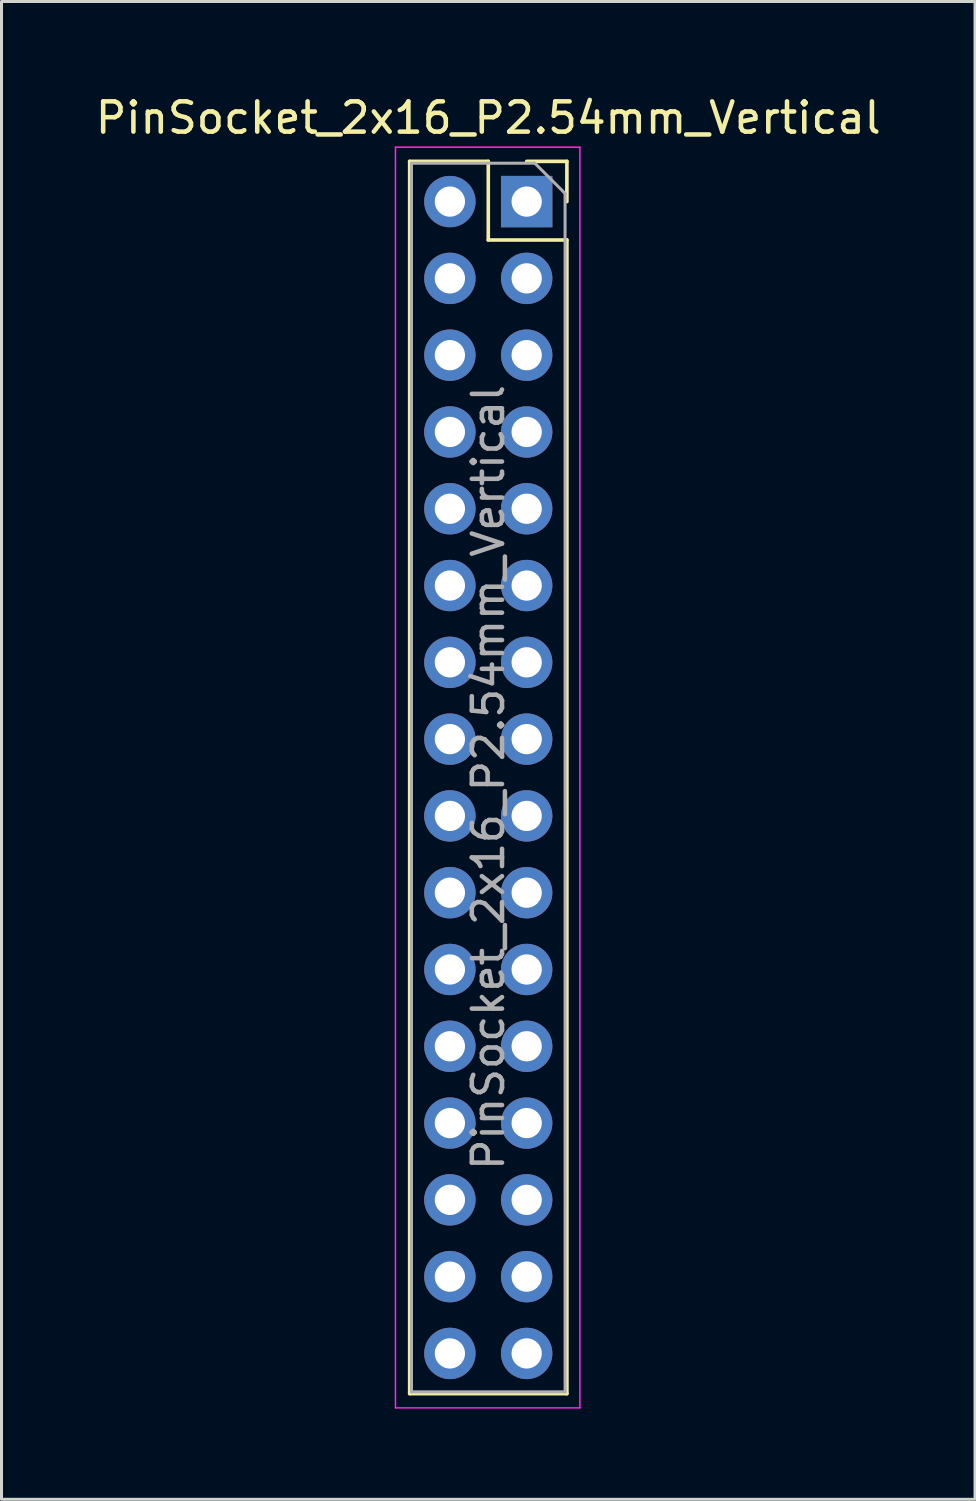
<source format=kicad_pcb>
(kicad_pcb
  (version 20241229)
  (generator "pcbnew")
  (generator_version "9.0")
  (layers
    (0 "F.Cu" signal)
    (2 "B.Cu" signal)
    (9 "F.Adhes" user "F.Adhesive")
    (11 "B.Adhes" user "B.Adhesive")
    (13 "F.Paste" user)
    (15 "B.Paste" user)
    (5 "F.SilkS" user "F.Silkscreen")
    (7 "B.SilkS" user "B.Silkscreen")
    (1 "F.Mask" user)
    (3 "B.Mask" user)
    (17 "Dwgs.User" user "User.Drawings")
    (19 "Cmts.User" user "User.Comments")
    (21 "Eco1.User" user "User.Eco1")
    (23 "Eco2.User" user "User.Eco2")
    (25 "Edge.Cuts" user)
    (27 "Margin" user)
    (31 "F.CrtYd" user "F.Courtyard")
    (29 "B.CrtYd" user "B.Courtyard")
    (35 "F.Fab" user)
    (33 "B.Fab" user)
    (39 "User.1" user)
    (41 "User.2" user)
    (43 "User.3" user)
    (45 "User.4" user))
  (footprint "PinSocket_2x16_P2.54mm_Vertical"
    (layer "F.Cu")
    (at 14.371 3.618)
    (property "Reference" "PinSocket_2x16_P2.54mm_Vertical" (at -1.27 -2.77 0) (layer "F.SilkS") (effects (font (size 1 1) (thickness 0.15))))
    (attr through_hole)
    (fp_line (start -3.87 -1.33) (end -3.87 39.43) (stroke (width 0.12) (type solid)) (layer "F.SilkS"))
    (fp_line (start -3.87 -1.33) (end -1.27 -1.33) (stroke (width 0.12) (type solid)) (layer "F.SilkS"))
    (fp_line (start -3.87 39.43) (end 1.33 39.43) (stroke (width 0.12) (type solid)) (layer "F.SilkS"))
    (fp_line (start -1.27 -1.33) (end -1.27 1.27) (stroke (width 0.12) (type solid)) (layer "F.SilkS"))
    (fp_line (start -1.27 1.27) (end 1.33 1.27) (stroke (width 0.12) (type solid)) (layer "F.SilkS"))
    (fp_line (start 0 -1.33) (end 1.33 -1.33) (stroke (width 0.12) (type solid)) (layer "F.SilkS"))
    (fp_line (start 1.33 -1.33) (end 1.33 0) (stroke (width 0.12) (type solid)) (layer "F.SilkS"))
    (fp_line (start 1.33 1.27) (end 1.33 39.43) (stroke (width 0.12) (type solid)) (layer "F.SilkS"))
    (fp_line (start -4.34 -1.8) (end 1.76 -1.8) (stroke (width 0.05) (type solid)) (layer "F.CrtYd"))
    (fp_line (start -4.34 39.9) (end -4.34 -1.8) (stroke (width 0.05) (type solid)) (layer "F.CrtYd"))
    (fp_line (start 1.76 -1.8) (end 1.76 39.9) (stroke (width 0.05) (type solid)) (layer "F.CrtYd"))
    (fp_line (start 1.76 39.9) (end -4.34 39.9) (stroke (width 0.05) (type solid)) (layer "F.CrtYd"))
    (fp_line (start -3.81 -1.27) (end 0.27 -1.27) (stroke (width 0.1) (type solid)) (layer "F.Fab"))
    (fp_line (start -3.81 39.37) (end -3.81 -1.27) (stroke (width 0.1) (type solid)) (layer "F.Fab"))
    (fp_line (start 0.27 -1.27) (end 1.27 -0.27) (stroke (width 0.1) (type solid)) (layer "F.Fab"))
    (fp_line (start 1.27 -0.27) (end 1.27 39.37) (stroke (width 0.1) (type solid)) (layer "F.Fab"))
    (fp_line (start 1.27 39.37) (end -3.81 39.37) (stroke (width 0.1) (type solid)) (layer "F.Fab"))
    (fp_text user "${REFERENCE}" (at -1.27 19.05 90) (layer "F.Fab") (effects (font (size 1 1) (thickness 0.15))))
    (pad "1" thru_hole rect (at 0 0) (size 1.7 1.7) (drill 1) (layers "*.Cu" "*.Mask"))
    (pad "2" thru_hole oval (at -2.54 0) (size 1.7 1.7) (drill 1) (layers "*.Cu" "*.Mask"))
    (pad "3" thru_hole oval (at 0 2.54) (size 1.7 1.7) (drill 1) (layers "*.Cu" "*.Mask"))
    (pad "4" thru_hole oval (at -2.54 2.54) (size 1.7 1.7) (drill 1) (layers "*.Cu" "*.Mask"))
    (pad "5" thru_hole oval (at 0 5.08) (size 1.7 1.7) (drill 1) (layers "*.Cu" "*.Mask"))
    (pad "6" thru_hole oval (at -2.54 5.08) (size 1.7 1.7) (drill 1) (layers "*.Cu" "*.Mask"))
    (pad "7" thru_hole oval (at 0 7.62) (size 1.7 1.7) (drill 1) (layers "*.Cu" "*.Mask"))
    (pad "8" thru_hole oval (at -2.54 7.62) (size 1.7 1.7) (drill 1) (layers "*.Cu" "*.Mask"))
    (pad "9" thru_hole oval (at 0 10.16) (size 1.7 1.7) (drill 1) (layers "*.Cu" "*.Mask"))
    (pad "10" thru_hole oval (at -2.54 10.16) (size 1.7 1.7) (drill 1) (layers "*.Cu" "*.Mask"))
    (pad "11" thru_hole oval (at 0 12.7) (size 1.7 1.7) (drill 1) (layers "*.Cu" "*.Mask"))
    (pad "12" thru_hole oval (at -2.54 12.7) (size 1.7 1.7) (drill 1) (layers "*.Cu" "*.Mask"))
    (pad "13" thru_hole oval (at 0 15.24) (size 1.7 1.7) (drill 1) (layers "*.Cu" "*.Mask"))
    (pad "14" thru_hole oval (at -2.54 15.24) (size 1.7 1.7) (drill 1) (layers "*.Cu" "*.Mask"))
    (pad "15" thru_hole oval (at 0 17.78) (size 1.7 1.7) (drill 1) (layers "*.Cu" "*.Mask"))
    (pad "16" thru_hole oval (at -2.54 17.78) (size 1.7 1.7) (drill 1) (layers "*.Cu" "*.Mask"))
    (pad "17" thru_hole oval (at 0 20.32) (size 1.7 1.7) (drill 1) (layers "*.Cu" "*.Mask"))
    (pad "18" thru_hole oval (at -2.54 20.32) (size 1.7 1.7) (drill 1) (layers "*.Cu" "*.Mask"))
    (pad "19" thru_hole oval (at 0 22.86) (size 1.7 1.7) (drill 1) (layers "*.Cu" "*.Mask"))
    (pad "20" thru_hole oval (at -2.54 22.86) (size 1.7 1.7) (drill 1) (layers "*.Cu" "*.Mask"))
    (pad "21" thru_hole oval (at 0 25.4) (size 1.7 1.7) (drill 1) (layers "*.Cu" "*.Mask"))
    (pad "22" thru_hole oval (at -2.54 25.4) (size 1.7 1.7) (drill 1) (layers "*.Cu" "*.Mask"))
    (pad "23" thru_hole oval (at 0 27.94) (size 1.7 1.7) (drill 1) (layers "*.Cu" "*.Mask"))
    (pad "24" thru_hole oval (at -2.54 27.94) (size 1.7 1.7) (drill 1) (layers "*.Cu" "*.Mask"))
    (pad "25" thru_hole oval (at 0 30.48) (size 1.7 1.7) (drill 1) (layers "*.Cu" "*.Mask"))
    (pad "26" thru_hole oval (at -2.54 30.48) (size 1.7 1.7) (drill 1) (layers "*.Cu" "*.Mask"))
    (pad "27" thru_hole oval (at 0 33.02) (size 1.7 1.7) (drill 1) (layers "*.Cu" "*.Mask"))
    (pad "28" thru_hole oval (at -2.54 33.02) (size 1.7 1.7) (drill 1) (layers "*.Cu" "*.Mask"))
    (pad "29" thru_hole oval (at 0 35.56) (size 1.7 1.7) (drill 1) (layers "*.Cu" "*.Mask"))
    (pad "30" thru_hole oval (at -2.54 35.56) (size 1.7 1.7) (drill 1) (layers "*.Cu" "*.Mask"))
    (pad "31" thru_hole oval (at 0 38.1) (size 1.7 1.7) (drill 1) (layers "*.Cu" "*.Mask"))
    (pad "32" thru_hole oval (at -2.54 38.1) (size 1.7 1.7) (drill 1) (layers "*.Cu" "*.Mask")))
  (gr_rect
    (start -3 -3)
    (end 29.202 46.543)
    (stroke (width 0.1) (type default))
    (fill no)
    (layer "Edge.Cuts")))
</source>
